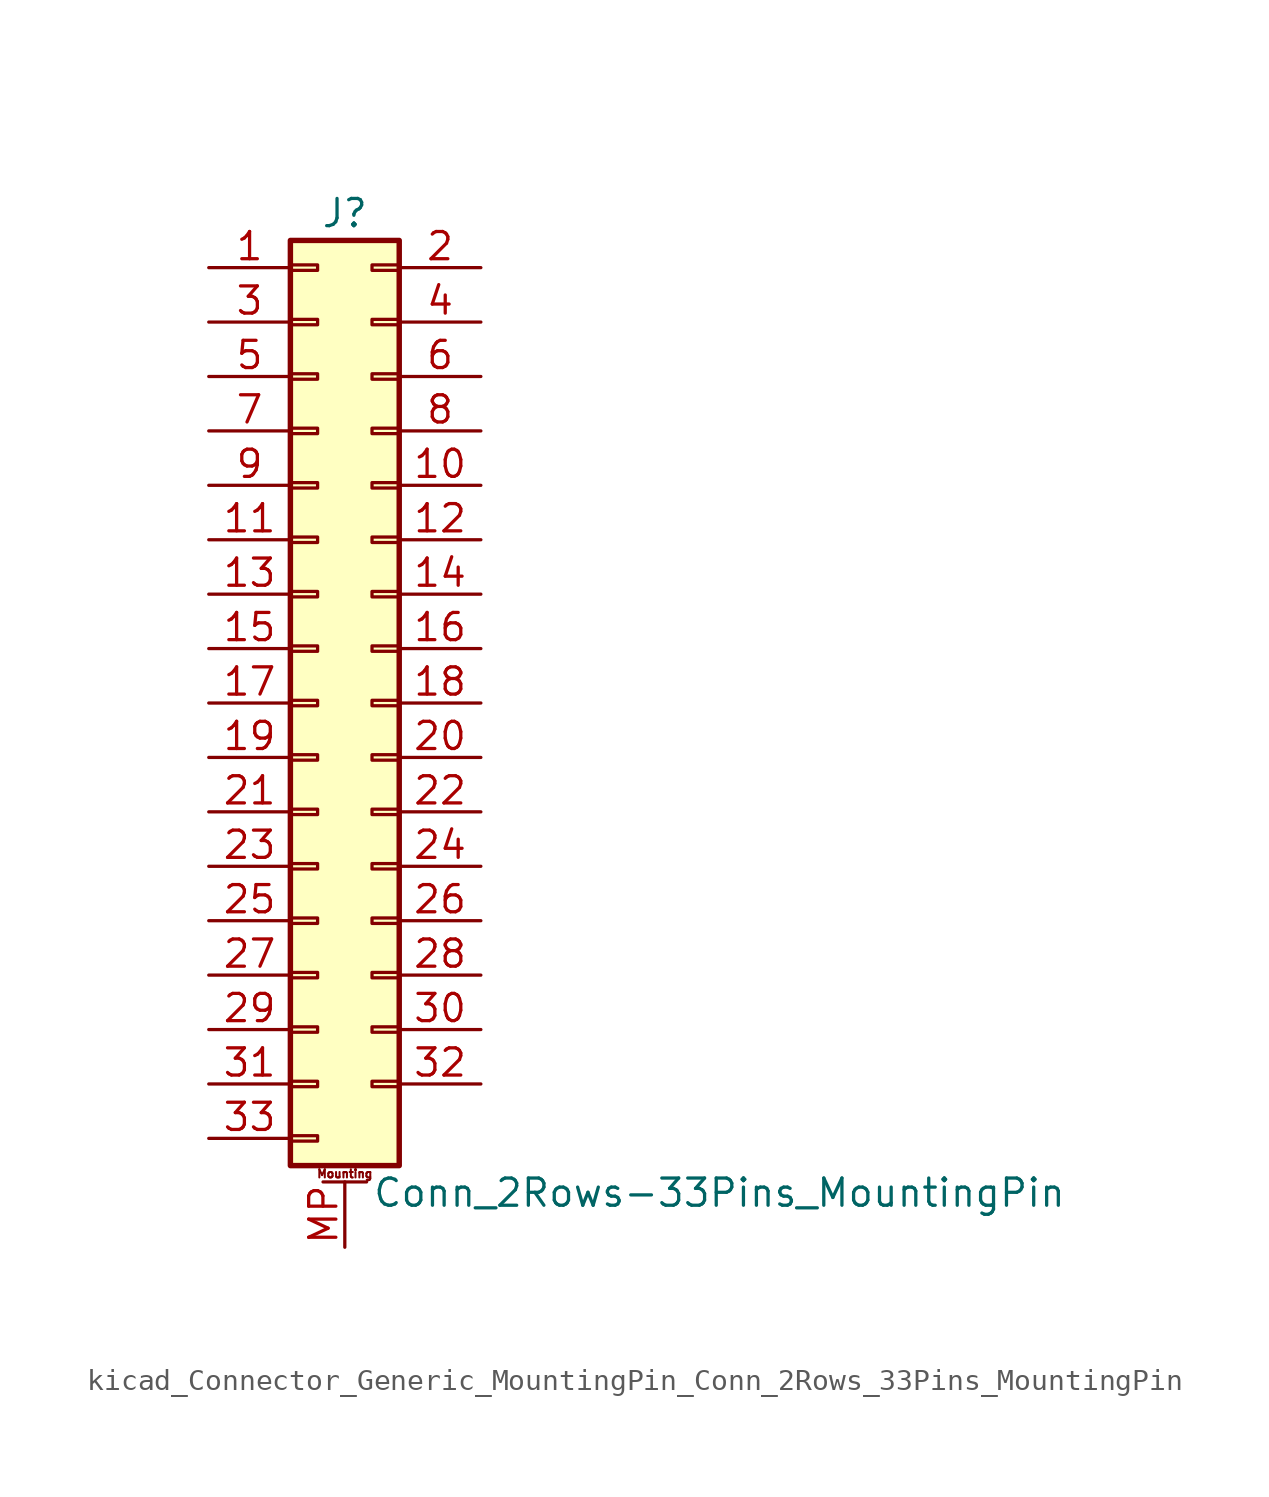
<source format=kicad_sym>
(kicad_symbol_lib
  (version 20220914)
  (generator kicad_symbol_editor)
  (symbol "kicad_Connector_Generic_MountingPin_Conn_2Rows_33Pins_MountingPin"
    (pin_names
      (offset 1.016) hide)
    (property "Reference" "J"
      (at 1.27 22.86 0)
      (effects (font (size 1.27 1.27))))
    (property "Value" "Conn_2Rows-33Pins_MountingPin"
      (at 2.54 -22.86 0)
      (effects (font (size 1.27 1.27)) (justify left)))
    (symbol "kicad_Connector_Generic_MountingPin_Conn_2Rows_33Pins_MountingPin_1_1"
      (rectangle (start -1.27 -20.193) (end 0 -20.447) (stroke (width 0.152) (type default)) (fill (type none)))
      (rectangle (start -1.27 -17.653) (end 0 -17.907) (stroke (width 0.152) (type default)) (fill (type none)))
      (rectangle (start -1.27 -15.113) (end 0 -15.367) (stroke (width 0.152) (type default)) (fill (type none)))
      (rectangle (start -1.27 -12.573) (end 0 -12.827) (stroke (width 0.152) (type default)) (fill (type none)))
      (rectangle (start -1.27 -10.033) (end 0 -10.287) (stroke (width 0.152) (type default)) (fill (type none)))
      (rectangle (start -1.27 -7.493) (end 0 -7.747) (stroke (width 0.152) (type default)) (fill (type none)))
      (rectangle (start -1.27 -4.953) (end 0 -5.207) (stroke (width 0.152) (type default)) (fill (type none)))
      (rectangle (start -1.27 -2.413) (end 0 -2.667) (stroke (width 0.152) (type default)) (fill (type none)))
      (rectangle (start -1.27 0.127) (end 0 -0.127) (stroke (width 0.152) (type default)) (fill (type none)))
      (rectangle (start -1.27 2.667) (end 0 2.413) (stroke (width 0.152) (type default)) (fill (type none)))
      (rectangle (start -1.27 5.207) (end 0 4.953) (stroke (width 0.152) (type default)) (fill (type none)))
      (rectangle (start -1.27 7.747) (end 0 7.493) (stroke (width 0.152) (type default)) (fill (type none)))
      (rectangle (start -1.27 10.287) (end 0 10.033) (stroke (width 0.152) (type default)) (fill (type none)))
      (rectangle (start -1.27 12.827) (end 0 12.573) (stroke (width 0.152) (type default)) (fill (type none)))
      (rectangle (start -1.27 15.367) (end 0 15.113) (stroke (width 0.152) (type default)) (fill (type none)))
      (rectangle (start -1.27 17.907) (end 0 17.653) (stroke (width 0.152) (type default)) (fill (type none)))
      (rectangle (start -1.27 20.447) (end 0 20.193) (stroke (width 0.152) (type default)) (fill (type none)))
      (rectangle (start -1.27 21.59) (end 3.81 -21.59) (stroke (width 0.254) (type default)) (fill (type background)))
      (polyline (pts (xy 0.254 -22.352) (xy 2.286 -22.352)) (stroke (width 0.152) (type default)) (fill (type none)))
      (rectangle (start 3.81 -17.653) (end 2.54 -17.907) (stroke (width 0.152) (type default)) (fill (type none)))
      (rectangle (start 3.81 -15.113) (end 2.54 -15.367) (stroke (width 0.152) (type default)) (fill (type none)))
      (rectangle (start 3.81 -12.573) (end 2.54 -12.827) (stroke (width 0.152) (type default)) (fill (type none)))
      (rectangle (start 3.81 -10.033) (end 2.54 -10.287) (stroke (width 0.152) (type default)) (fill (type none)))
      (rectangle (start 3.81 -7.493) (end 2.54 -7.747) (stroke (width 0.152) (type default)) (fill (type none)))
      (rectangle (start 3.81 -4.953) (end 2.54 -5.207) (stroke (width 0.152) (type default)) (fill (type none)))
      (rectangle (start 3.81 -2.413) (end 2.54 -2.667) (stroke (width 0.152) (type default)) (fill (type none)))
      (rectangle (start 3.81 0.127) (end 2.54 -0.127) (stroke (width 0.152) (type default)) (fill (type none)))
      (rectangle (start 3.81 2.667) (end 2.54 2.413) (stroke (width 0.152) (type default)) (fill (type none)))
      (rectangle (start 3.81 5.207) (end 2.54 4.953) (stroke (width 0.152) (type default)) (fill (type none)))
      (rectangle (start 3.81 7.747) (end 2.54 7.493) (stroke (width 0.152) (type default)) (fill (type none)))
      (rectangle (start 3.81 10.287) (end 2.54 10.033) (stroke (width 0.152) (type default)) (fill (type none)))
      (rectangle (start 3.81 12.827) (end 2.54 12.573) (stroke (width 0.152) (type default)) (fill (type none)))
      (rectangle (start 3.81 15.367) (end 2.54 15.113) (stroke (width 0.152) (type default)) (fill (type none)))
      (rectangle (start 3.81 17.907) (end 2.54 17.653) (stroke (width 0.152) (type default)) (fill (type none)))
      (rectangle (start 3.81 20.447) (end 2.54 20.193) (stroke (width 0.152) (type default)) (fill (type none)))
      (text "Mounting" (at 1.27 -21.971 0) (effects (font (size 0.381 0.381))))
      (pin passive line (at -5.08 20.32 0) (length 3.81) (name "Pin_1" (effects (font (size 1.27 1.27)))) (number "1" (effects (font (size 1.27 1.27)))))
      (pin passive line (at 7.62 10.16 180) (length 3.81) (name "Pin_10" (effects (font (size 1.27 1.27)))) (number "10" (effects (font (size 1.27 1.27)))))
      (pin passive line (at -5.08 7.62 0) (length 3.81) (name "Pin_11" (effects (font (size 1.27 1.27)))) (number "11" (effects (font (size 1.27 1.27)))))
      (pin passive line (at 7.62 7.62 180) (length 3.81) (name "Pin_12" (effects (font (size 1.27 1.27)))) (number "12" (effects (font (size 1.27 1.27)))))
      (pin passive line (at -5.08 5.08 0) (length 3.81) (name "Pin_13" (effects (font (size 1.27 1.27)))) (number "13" (effects (font (size 1.27 1.27)))))
      (pin passive line (at 7.62 5.08 180) (length 3.81) (name "Pin_14" (effects (font (size 1.27 1.27)))) (number "14" (effects (font (size 1.27 1.27)))))
      (pin passive line (at -5.08 2.54 0) (length 3.81) (name "Pin_15" (effects (font (size 1.27 1.27)))) (number "15" (effects (font (size 1.27 1.27)))))
      (pin passive line (at 7.62 2.54 180) (length 3.81) (name "Pin_16" (effects (font (size 1.27 1.27)))) (number "16" (effects (font (size 1.27 1.27)))))
      (pin passive line (at -5.08 0 0) (length 3.81) (name "Pin_17" (effects (font (size 1.27 1.27)))) (number "17" (effects (font (size 1.27 1.27)))))
      (pin passive line (at 7.62 0 180) (length 3.81) (name "Pin_18" (effects (font (size 1.27 1.27)))) (number "18" (effects (font (size 1.27 1.27)))))
      (pin passive line (at -5.08 -2.54 0) (length 3.81) (name "Pin_19" (effects (font (size 1.27 1.27)))) (number "19" (effects (font (size 1.27 1.27)))))
      (pin passive line (at 7.62 20.32 180) (length 3.81) (name "Pin_2" (effects (font (size 1.27 1.27)))) (number "2" (effects (font (size 1.27 1.27)))))
      (pin passive line (at 7.62 -2.54 180) (length 3.81) (name "Pin_20" (effects (font (size 1.27 1.27)))) (number "20" (effects (font (size 1.27 1.27)))))
      (pin passive line (at -5.08 -5.08 0) (length 3.81) (name "Pin_21" (effects (font (size 1.27 1.27)))) (number "21" (effects (font (size 1.27 1.27)))))
      (pin passive line (at 7.62 -5.08 180) (length 3.81) (name "Pin_22" (effects (font (size 1.27 1.27)))) (number "22" (effects (font (size 1.27 1.27)))))
      (pin passive line (at -5.08 -7.62 0) (length 3.81) (name "Pin_23" (effects (font (size 1.27 1.27)))) (number "23" (effects (font (size 1.27 1.27)))))
      (pin passive line (at 7.62 -7.62 180) (length 3.81) (name "Pin_24" (effects (font (size 1.27 1.27)))) (number "24" (effects (font (size 1.27 1.27)))))
      (pin passive line (at -5.08 -10.16 0) (length 3.81) (name "Pin_25" (effects (font (size 1.27 1.27)))) (number "25" (effects (font (size 1.27 1.27)))))
      (pin passive line (at 7.62 -10.16 180) (length 3.81) (name "Pin_26" (effects (font (size 1.27 1.27)))) (number "26" (effects (font (size 1.27 1.27)))))
      (pin passive line (at -5.08 -12.7 0) (length 3.81) (name "Pin_27" (effects (font (size 1.27 1.27)))) (number "27" (effects (font (size 1.27 1.27)))))
      (pin passive line (at 7.62 -12.7 180) (length 3.81) (name "Pin_28" (effects (font (size 1.27 1.27)))) (number "28" (effects (font (size 1.27 1.27)))))
      (pin passive line (at -5.08 -15.24 0) (length 3.81) (name "Pin_29" (effects (font (size 1.27 1.27)))) (number "29" (effects (font (size 1.27 1.27)))))
      (pin passive line (at -5.08 17.78 0) (length 3.81) (name "Pin_3" (effects (font (size 1.27 1.27)))) (number "3" (effects (font (size 1.27 1.27)))))
      (pin passive line (at 7.62 -15.24 180) (length 3.81) (name "Pin_30" (effects (font (size 1.27 1.27)))) (number "30" (effects (font (size 1.27 1.27)))))
      (pin passive line (at -5.08 -17.78 0) (length 3.81) (name "Pin_31" (effects (font (size 1.27 1.27)))) (number "31" (effects (font (size 1.27 1.27)))))
      (pin passive line (at 7.62 -17.78 180) (length 3.81) (name "Pin_32" (effects (font (size 1.27 1.27)))) (number "32" (effects (font (size 1.27 1.27)))))
      (pin passive line (at -5.08 -20.32 0) (length 3.81) (name "Pin_33" (effects (font (size 1.27 1.27)))) (number "33" (effects (font (size 1.27 1.27)))))
      (pin passive line (at 7.62 17.78 180) (length 3.81) (name "Pin_4" (effects (font (size 1.27 1.27)))) (number "4" (effects (font (size 1.27 1.27)))))
      (pin passive line (at -5.08 15.24 0) (length 3.81) (name "Pin_5" (effects (font (size 1.27 1.27)))) (number "5" (effects (font (size 1.27 1.27)))))
      (pin passive line (at 7.62 15.24 180) (length 3.81) (name "Pin_6" (effects (font (size 1.27 1.27)))) (number "6" (effects (font (size 1.27 1.27)))))
      (pin passive line (at -5.08 12.7 0) (length 3.81) (name "Pin_7" (effects (font (size 1.27 1.27)))) (number "7" (effects (font (size 1.27 1.27)))))
      (pin passive line (at 7.62 12.7 180) (length 3.81) (name "Pin_8" (effects (font (size 1.27 1.27)))) (number "8" (effects (font (size 1.27 1.27)))))
      (pin passive line (at -5.08 10.16 0) (length 3.81) (name "Pin_9" (effects (font (size 1.27 1.27)))) (number "9" (effects (font (size 1.27 1.27)))))
      (pin passive line (at 1.27 -25.4 90) (length 3.048) (name "MountPin" (effects (font (size 1.27 1.27)))) (number "MP" (effects (font (size 1.27 1.27))))))))
</source>
